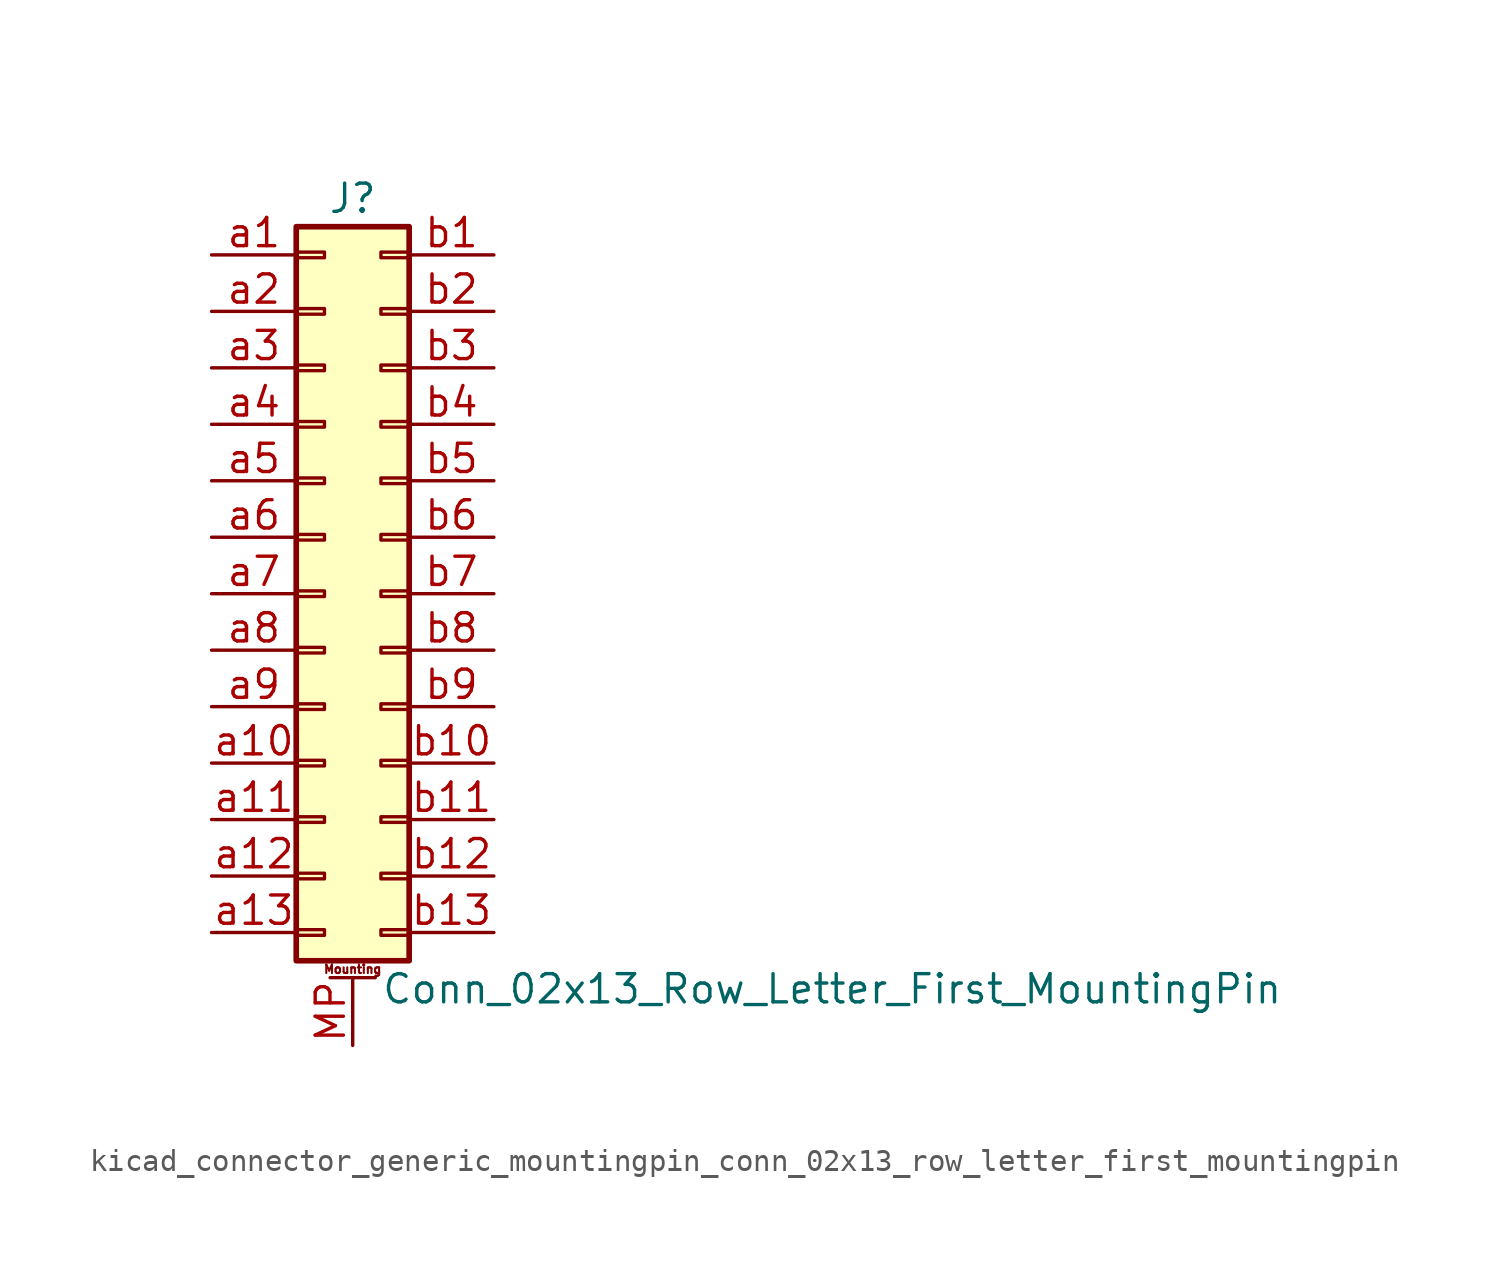
<source format=kicad_sym>
(kicad_symbol_lib
  (version 20220914)
  (generator kicad_symbol_editor)
  (symbol "kicad_connector_generic_mountingpin_conn_02x13_row_letter_first_mountingpin"
    (pin_names
      (offset 1.016) hide)
    (property "Reference" "J"
      (at 1.27 17.78 0)
      (effects (font (size 1.27 1.27))))
    (property "Value" "Conn_02x13_Row_Letter_First_MountingPin"
      (at 2.54 -17.78 0)
      (effects (font (size 1.27 1.27)) (justify left)))
    (symbol "kicad_connector_generic_mountingpin_conn_02x13_row_letter_first_mountingpin_1_1"
      (rectangle (start -1.27 -15.113) (end 0 -15.367) (stroke (width 0.152) (type default)) (fill (type none)))
      (rectangle (start -1.27 -12.573) (end 0 -12.827) (stroke (width 0.152) (type default)) (fill (type none)))
      (rectangle (start -1.27 -10.033) (end 0 -10.287) (stroke (width 0.152) (type default)) (fill (type none)))
      (rectangle (start -1.27 -7.493) (end 0 -7.747) (stroke (width 0.152) (type default)) (fill (type none)))
      (rectangle (start -1.27 -4.953) (end 0 -5.207) (stroke (width 0.152) (type default)) (fill (type none)))
      (rectangle (start -1.27 -2.413) (end 0 -2.667) (stroke (width 0.152) (type default)) (fill (type none)))
      (rectangle (start -1.27 0.127) (end 0 -0.127) (stroke (width 0.152) (type default)) (fill (type none)))
      (rectangle (start -1.27 2.667) (end 0 2.413) (stroke (width 0.152) (type default)) (fill (type none)))
      (rectangle (start -1.27 5.207) (end 0 4.953) (stroke (width 0.152) (type default)) (fill (type none)))
      (rectangle (start -1.27 7.747) (end 0 7.493) (stroke (width 0.152) (type default)) (fill (type none)))
      (rectangle (start -1.27 10.287) (end 0 10.033) (stroke (width 0.152) (type default)) (fill (type none)))
      (rectangle (start -1.27 12.827) (end 0 12.573) (stroke (width 0.152) (type default)) (fill (type none)))
      (rectangle (start -1.27 15.367) (end 0 15.113) (stroke (width 0.152) (type default)) (fill (type none)))
      (rectangle (start -1.27 16.51) (end 3.81 -16.51) (stroke (width 0.254) (type default)) (fill (type background)))
      (polyline (pts (xy 0.254 -17.272) (xy 2.286 -17.272)) (stroke (width 0.152) (type default)) (fill (type none)))
      (rectangle (start 3.81 -15.113) (end 2.54 -15.367) (stroke (width 0.152) (type default)) (fill (type none)))
      (rectangle (start 3.81 -12.573) (end 2.54 -12.827) (stroke (width 0.152) (type default)) (fill (type none)))
      (rectangle (start 3.81 -10.033) (end 2.54 -10.287) (stroke (width 0.152) (type default)) (fill (type none)))
      (rectangle (start 3.81 -7.493) (end 2.54 -7.747) (stroke (width 0.152) (type default)) (fill (type none)))
      (rectangle (start 3.81 -4.953) (end 2.54 -5.207) (stroke (width 0.152) (type default)) (fill (type none)))
      (rectangle (start 3.81 -2.413) (end 2.54 -2.667) (stroke (width 0.152) (type default)) (fill (type none)))
      (rectangle (start 3.81 0.127) (end 2.54 -0.127) (stroke (width 0.152) (type default)) (fill (type none)))
      (rectangle (start 3.81 2.667) (end 2.54 2.413) (stroke (width 0.152) (type default)) (fill (type none)))
      (rectangle (start 3.81 5.207) (end 2.54 4.953) (stroke (width 0.152) (type default)) (fill (type none)))
      (rectangle (start 3.81 7.747) (end 2.54 7.493) (stroke (width 0.152) (type default)) (fill (type none)))
      (rectangle (start 3.81 10.287) (end 2.54 10.033) (stroke (width 0.152) (type default)) (fill (type none)))
      (rectangle (start 3.81 12.827) (end 2.54 12.573) (stroke (width 0.152) (type default)) (fill (type none)))
      (rectangle (start 3.81 15.367) (end 2.54 15.113) (stroke (width 0.152) (type default)) (fill (type none)))
      (text "Mounting" (at 1.27 -16.891 0) (effects (font (size 0.381 0.381))))
      (pin passive line (at 1.27 -20.32 90) (length 3.048) (name "MountPin" (effects (font (size 1.27 1.27)))) (number "MP" (effects (font (size 1.27 1.27)))))
      (pin passive line (at -5.08 15.24 0) (length 3.81) (name "Pin_a1" (effects (font (size 1.27 1.27)))) (number "a1" (effects (font (size 1.27 1.27)))))
      (pin passive line (at -5.08 -7.62 0) (length 3.81) (name "Pin_a10" (effects (font (size 1.27 1.27)))) (number "a10" (effects (font (size 1.27 1.27)))))
      (pin passive line (at -5.08 -10.16 0) (length 3.81) (name "Pin_a11" (effects (font (size 1.27 1.27)))) (number "a11" (effects (font (size 1.27 1.27)))))
      (pin passive line (at -5.08 -12.7 0) (length 3.81) (name "Pin_a12" (effects (font (size 1.27 1.27)))) (number "a12" (effects (font (size 1.27 1.27)))))
      (pin passive line (at -5.08 -15.24 0) (length 3.81) (name "Pin_a13" (effects (font (size 1.27 1.27)))) (number "a13" (effects (font (size 1.27 1.27)))))
      (pin passive line (at -5.08 12.7 0) (length 3.81) (name "Pin_a2" (effects (font (size 1.27 1.27)))) (number "a2" (effects (font (size 1.27 1.27)))))
      (pin passive line (at -5.08 10.16 0) (length 3.81) (name "Pin_a3" (effects (font (size 1.27 1.27)))) (number "a3" (effects (font (size 1.27 1.27)))))
      (pin passive line (at -5.08 7.62 0) (length 3.81) (name "Pin_a4" (effects (font (size 1.27 1.27)))) (number "a4" (effects (font (size 1.27 1.27)))))
      (pin passive line (at -5.08 5.08 0) (length 3.81) (name "Pin_a5" (effects (font (size 1.27 1.27)))) (number "a5" (effects (font (size 1.27 1.27)))))
      (pin passive line (at -5.08 2.54 0) (length 3.81) (name "Pin_a6" (effects (font (size 1.27 1.27)))) (number "a6" (effects (font (size 1.27 1.27)))))
      (pin passive line (at -5.08 0 0) (length 3.81) (name "Pin_a7" (effects (font (size 1.27 1.27)))) (number "a7" (effects (font (size 1.27 1.27)))))
      (pin passive line (at -5.08 -2.54 0) (length 3.81) (name "Pin_a8" (effects (font (size 1.27 1.27)))) (number "a8" (effects (font (size 1.27 1.27)))))
      (pin passive line (at -5.08 -5.08 0) (length 3.81) (name "Pin_a9" (effects (font (size 1.27 1.27)))) (number "a9" (effects (font (size 1.27 1.27)))))
      (pin passive line (at 7.62 15.24 180) (length 3.81) (name "Pin_b1" (effects (font (size 1.27 1.27)))) (number "b1" (effects (font (size 1.27 1.27)))))
      (pin passive line (at 7.62 -7.62 180) (length 3.81) (name "Pin_b10" (effects (font (size 1.27 1.27)))) (number "b10" (effects (font (size 1.27 1.27)))))
      (pin passive line (at 7.62 -10.16 180) (length 3.81) (name "Pin_b11" (effects (font (size 1.27 1.27)))) (number "b11" (effects (font (size 1.27 1.27)))))
      (pin passive line (at 7.62 -12.7 180) (length 3.81) (name "Pin_b12" (effects (font (size 1.27 1.27)))) (number "b12" (effects (font (size 1.27 1.27)))))
      (pin passive line (at 7.62 -15.24 180) (length 3.81) (name "Pin_b13" (effects (font (size 1.27 1.27)))) (number "b13" (effects (font (size 1.27 1.27)))))
      (pin passive line (at 7.62 12.7 180) (length 3.81) (name "Pin_b2" (effects (font (size 1.27 1.27)))) (number "b2" (effects (font (size 1.27 1.27)))))
      (pin passive line (at 7.62 10.16 180) (length 3.81) (name "Pin_b3" (effects (font (size 1.27 1.27)))) (number "b3" (effects (font (size 1.27 1.27)))))
      (pin passive line (at 7.62 7.62 180) (length 3.81) (name "Pin_b4" (effects (font (size 1.27 1.27)))) (number "b4" (effects (font (size 1.27 1.27)))))
      (pin passive line (at 7.62 5.08 180) (length 3.81) (name "Pin_b5" (effects (font (size 1.27 1.27)))) (number "b5" (effects (font (size 1.27 1.27)))))
      (pin passive line (at 7.62 2.54 180) (length 3.81) (name "Pin_b6" (effects (font (size 1.27 1.27)))) (number "b6" (effects (font (size 1.27 1.27)))))
      (pin passive line (at 7.62 0 180) (length 3.81) (name "Pin_b7" (effects (font (size 1.27 1.27)))) (number "b7" (effects (font (size 1.27 1.27)))))
      (pin passive line (at 7.62 -2.54 180) (length 3.81) (name "Pin_b8" (effects (font (size 1.27 1.27)))) (number "b8" (effects (font (size 1.27 1.27)))))
      (pin passive line (at 7.62 -5.08 180) (length 3.81) (name "Pin_b9" (effects (font (size 1.27 1.27)))) (number "b9" (effects (font (size 1.27 1.27))))))))
</source>
